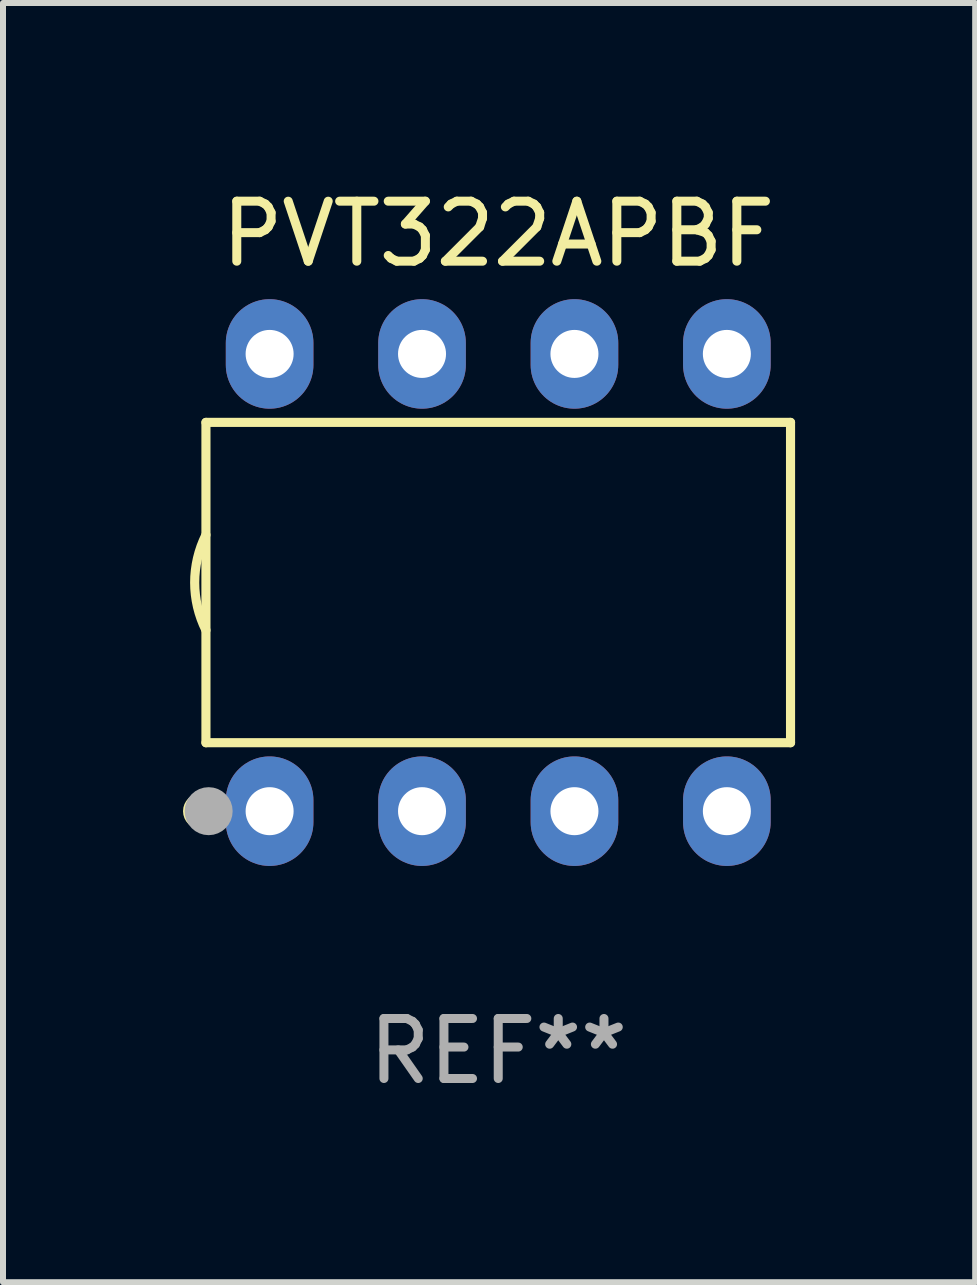
<source format=kicad_pcb>
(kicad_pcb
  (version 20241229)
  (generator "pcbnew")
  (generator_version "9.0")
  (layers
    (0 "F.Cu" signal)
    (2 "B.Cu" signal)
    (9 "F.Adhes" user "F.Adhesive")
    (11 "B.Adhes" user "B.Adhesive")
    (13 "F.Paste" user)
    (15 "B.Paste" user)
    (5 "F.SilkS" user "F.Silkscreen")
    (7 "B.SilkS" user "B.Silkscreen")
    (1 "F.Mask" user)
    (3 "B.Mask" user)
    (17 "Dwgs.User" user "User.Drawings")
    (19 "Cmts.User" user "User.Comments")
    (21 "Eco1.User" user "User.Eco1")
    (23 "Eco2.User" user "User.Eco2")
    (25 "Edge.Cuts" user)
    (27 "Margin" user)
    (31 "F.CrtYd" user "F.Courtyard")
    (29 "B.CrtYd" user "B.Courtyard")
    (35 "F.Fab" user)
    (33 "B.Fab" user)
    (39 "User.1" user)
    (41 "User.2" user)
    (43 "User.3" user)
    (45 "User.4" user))
  (footprint "PVT322APBF"
    (layer "F.Cu")
    (at 5.253 6.658)
    (property "Reference" "PVT322APBF" (at 0 -5.81 0) (layer "F.SilkS") (effects (font (size 1 1) (thickness 0.15))))
    (attr through_hole)
    (fp_line (start -4.871 -2.669) (end 4.871 -2.669) (stroke (width 0.152) (type solid)) (layer "F.SilkS"))
    (fp_line (start -4.871 2.669) (end -4.871 -2.669) (stroke (width 0.152) (type solid)) (layer "F.SilkS"))
    (fp_line (start 4.871 -2.669) (end 4.871 2.669) (stroke (width 0.152) (type solid)) (layer "F.SilkS"))
    (fp_line (start 4.871 2.669) (end -4.871 2.669) (stroke (width 0.152) (type solid)) (layer "F.SilkS"))
    (fp_arc (start -4.871222 0.793751) (mid -5.058601 0) (end -4.871222 -0.793752) (stroke (width 0.1524) (type solid)) (layer "F.SilkS"))
    (fp_circle (center -4.953 3.81) (end -4.803 3.81) (stroke (width 0.3) (type solid)) (fill no) (layer "F.SilkS"))
    (fp_circle (center -4.795 3.935) (end -4.765 3.935) (stroke (width 0.06) (type solid)) (fill no) (layer "F.SilkS"))
    (fp_circle (center -4.826 3.81) (end -4.626 3.81) (stroke (width 0.4) (type solid)) (fill no) (layer "F.Fab"))
    (fp_text user "REF**" (at 0 7.81 0) (layer "F.Fab") (effects (font (size 1 1) (thickness 0.15))))
    (pad "1" thru_hole oval (at -3.81 3.81) (size 1.46 1.825) (drill 0.8) (layers "*.Cu" "*.Mask"))
    (pad "2" thru_hole oval (at -1.27 3.81) (size 1.46 1.825) (drill 0.8) (layers "*.Cu" "*.Mask"))
    (pad "3" thru_hole oval (at 1.27 3.81) (size 1.46 1.825) (drill 0.8) (layers "*.Cu" "*.Mask"))
    (pad "4" thru_hole oval (at 3.81 3.81) (size 1.46 1.825) (drill 0.8) (layers "*.Cu" "*.Mask"))
    (pad "5" thru_hole oval (at 3.81 -3.81) (size 1.46 1.825) (drill 0.8) (layers "*.Cu" "*.Mask"))
    (pad "6" thru_hole oval (at 1.27 -3.81) (size 1.46 1.825) (drill 0.8) (layers "*.Cu" "*.Mask"))
    (pad "7" thru_hole oval (at -1.27 -3.81) (size 1.46 1.825) (drill 0.8) (layers "*.Cu" "*.Mask"))
    (pad "8" thru_hole oval (at -3.81 -3.81) (size 1.46 1.825) (drill 0.8) (layers "*.Cu" "*.Mask")))
  (gr_rect
    (start -3 -3)
    (end 13.201 18.317)
    (stroke (width 0.1) (type default))
    (fill no)
    (layer "Edge.Cuts")))
</source>
